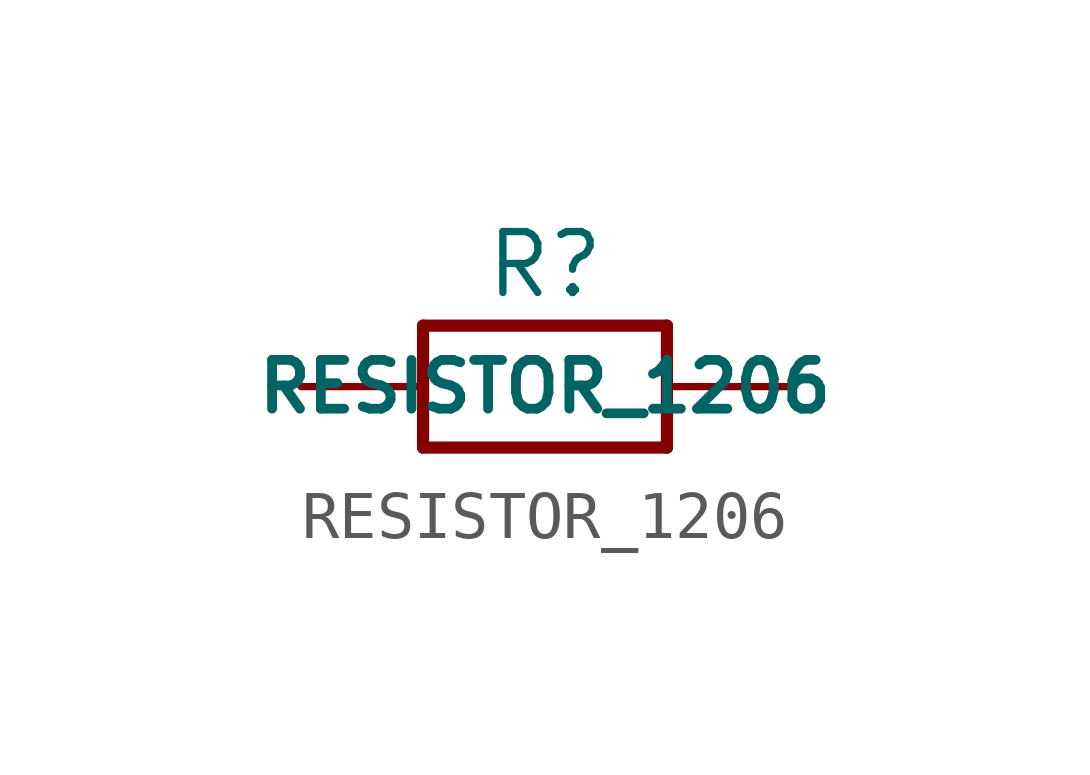
<source format=kicad_sym>
(kicad_symbol_lib
  (version 20211014)
  (generator kicad_symbol_editor)
  (symbol "RESISTOR_1206"
    (property "Reference" "R"
      (at 0 2.54 0)
      (effects (font (size 1.27 1.27))))
    (property "Value" "RESISTOR_1206"
      (at 0 0 0)
      (effects (font (size 1.016 1.016) bold)))
    (property "ki_locked" ""
      (at 0 0 0)
      (effects (font (size 1.27 1.27))))
    (symbol "RESISTOR_1206_1_0"
      (polyline (pts (xy -2.54 -1.27) (xy -2.54 1.27)) (stroke (width 0.254) (type default) (color 0 0 0 0)) (fill (type none)))
      (polyline (pts (xy -2.54 1.27) (xy 2.54 1.27)) (stroke (width 0.254) (type default) (color 0 0 0 0)) (fill (type none)))
      (polyline (pts (xy 2.54 -1.27) (xy -2.54 -1.27)) (stroke (width 0.254) (type default) (color 0 0 0 0)) (fill (type none)))
      (polyline (pts (xy 2.54 1.27) (xy 2.54 -1.27)) (stroke (width 0.254) (type default) (color 0 0 0 0)) (fill (type none)))
      (pin passive line (at -5.08 0 0) (length 2.54) (name "1" (effects (font (size 0 0)))) (number "1" (effects (font (size 0 0)))))
      (pin passive line (at 5.08 0 180) (length 2.54) (name "2" (effects (font (size 0 0)))) (number "2" (effects (font (size 0 0))))))))
</source>
